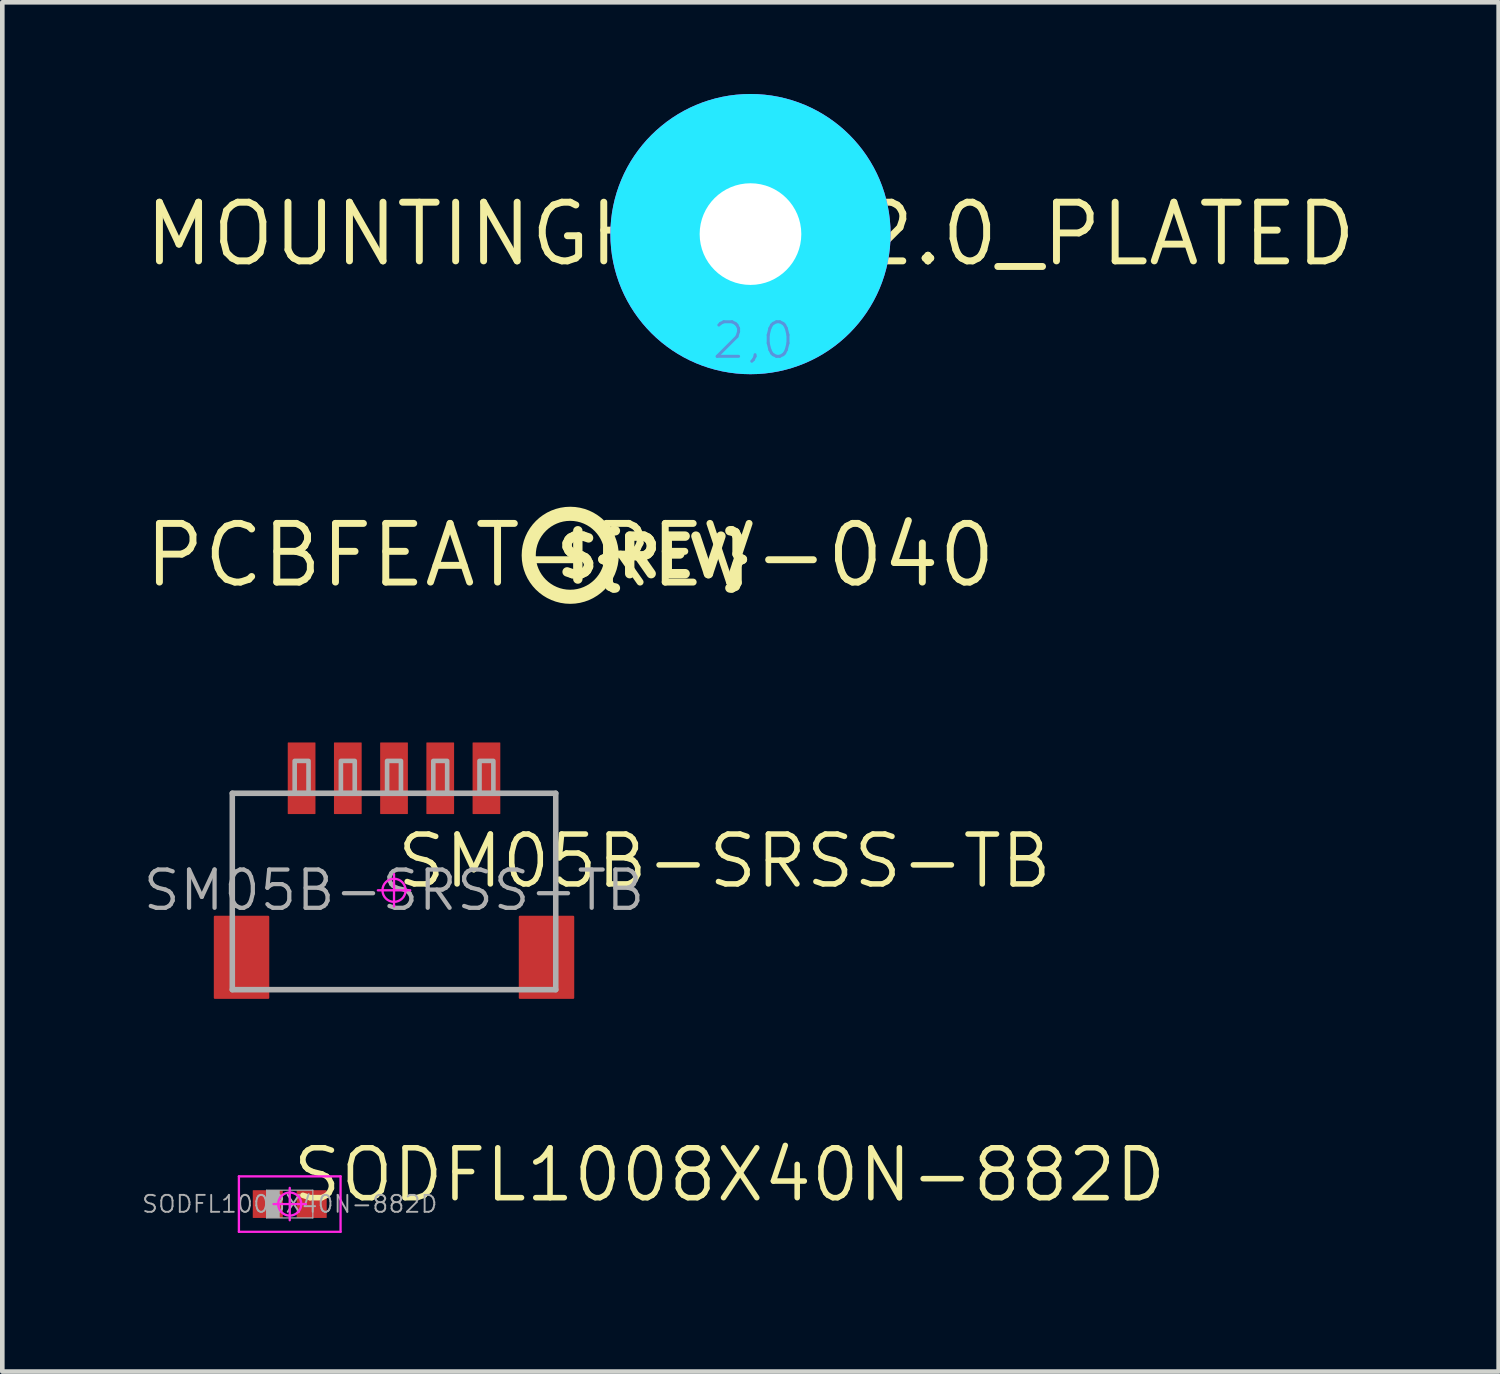
<source format=kicad_pcb>
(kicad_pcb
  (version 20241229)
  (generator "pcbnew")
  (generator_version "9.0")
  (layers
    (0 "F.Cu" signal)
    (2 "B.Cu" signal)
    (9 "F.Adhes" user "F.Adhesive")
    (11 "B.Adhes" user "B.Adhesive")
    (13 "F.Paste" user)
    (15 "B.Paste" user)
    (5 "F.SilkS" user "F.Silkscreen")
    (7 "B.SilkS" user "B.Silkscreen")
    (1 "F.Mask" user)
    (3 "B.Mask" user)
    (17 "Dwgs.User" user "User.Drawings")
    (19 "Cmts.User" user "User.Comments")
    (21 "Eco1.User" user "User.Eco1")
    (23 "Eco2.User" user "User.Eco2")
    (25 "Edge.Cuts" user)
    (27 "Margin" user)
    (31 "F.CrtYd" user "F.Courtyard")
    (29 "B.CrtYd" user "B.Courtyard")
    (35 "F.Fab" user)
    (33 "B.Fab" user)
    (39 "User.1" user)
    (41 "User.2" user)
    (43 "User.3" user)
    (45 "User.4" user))
  (footprint "SM05B-SRSS-TB"
    (layer "F.Cu")
    (at 5.477 16.217)
    (property "Reference" "SM05B-SRSS-TB" (at 0 0 0) (unlocked yes) (layer "F.SilkS") (effects (font (size 1.08 1.08) (thickness 0.12)) (justify left bottom)))
    (fp_line (start -0.35 0) (end 0.35 0) (stroke (width 0.05) (type solid)) (layer "F.CrtYd"))
    (fp_line (start 0 0.35) (end 0 -0.35) (stroke (width 0.05) (type solid)) (layer "F.CrtYd"))
    (fp_circle (center 0 0) (end 0.25 0) (stroke (width 0.05) (type solid)) (fill no) (layer "F.CrtYd"))
    (fp_line (start -3.5 -2.1) (end -3.5 2.15) (stroke (width 0.12) (type solid)) (layer "F.Fab"))
    (fp_line (start -3.5 -2.1) (end 3.5 -2.1) (stroke (width 0.12) (type solid)) (layer "F.Fab"))
    (fp_line (start -3.5 2.15) (end 3.5 2.15) (stroke (width 0.12) (type solid)) (layer "F.Fab"))
    (fp_line (start 3.5 2.15) (end 3.5 -2.1) (stroke (width 0.12) (type solid)) (layer "F.Fab"))
    (fp_poly (pts (xy -2.15 -2.1) (xy -1.85 -2.1) (xy -1.85 -2.8) (xy -2.15 -2.8)) (stroke (width 0.1) (type default)) (fill no) (layer "F.Fab"))
    (fp_poly (pts (xy -1.15 -2.1) (xy -0.85 -2.1) (xy -0.85 -2.8) (xy -1.15 -2.8)) (stroke (width 0.1) (type default)) (fill no) (layer "F.Fab"))
    (fp_poly (pts (xy -0.15 -2.1) (xy 0.15 -2.1) (xy 0.15 -2.8) (xy -0.15 -2.8)) (stroke (width 0.1) (type default)) (fill no) (layer "F.Fab"))
    (fp_poly (pts (xy 0.85 -2.1) (xy 1.15 -2.1) (xy 1.15 -2.8) (xy 0.85 -2.8)) (stroke (width 0.1) (type default)) (fill no) (layer "F.Fab"))
    (fp_poly (pts (xy 1.85 -2.1) (xy 2.15 -2.1) (xy 2.15 -2.8) (xy 1.85 -2.8)) (stroke (width 0.1) (type default)) (fill no) (layer "F.Fab"))
    (fp_text user "${REFERENCE}" (at 0 0 0) (unlocked yes) (layer "F.Fab") (effects (font (size 0.828 0.828) (thickness 0.092))))
    (pad "1" smd roundrect (at -2 -2.425) (size 0.6 1.55) (layers "F.Cu" "F.Mask" "F.Paste") (roundrect_rratio 0.02))
    (pad "2" smd roundrect (at -1 -2.425) (size 0.6 1.55) (layers "F.Cu" "F.Mask" "F.Paste") (roundrect_rratio 0.02))
    (pad "3" smd roundrect (at 0 -2.425) (size 0.6 1.55) (layers "F.Cu" "F.Mask" "F.Paste") (roundrect_rratio 0.02))
    (pad "4" smd roundrect (at 1 -2.425) (size 0.6 1.55) (layers "F.Cu" "F.Mask" "F.Paste") (roundrect_rratio 0.02))
    (pad "5" smd roundrect (at 2 -2.425) (size 0.6 1.55) (layers "F.Cu" "F.Mask" "F.Paste") (roundrect_rratio 0.02))
    (pad "SH1" smd roundrect (at -3.3 1.45) (size 1.2 1.8) (layers "F.Cu" "F.Mask" "F.Paste") (roundrect_rratio 0.02))
    (pad "SH2" smd roundrect (at 3.3 1.45) (size 1.2 1.8) (layers "F.Cu" "F.Mask" "F.Paste") (roundrect_rratio 0.02)))
  (footprint "PCBFEAT-REV-040"
    (layer "F.Cu")
    (at 9.29 8.967)
    (property "Reference" "PCBFEAT-REV-040" (at 0 0 0) (layer "F.SilkS") (effects (font (size 1.27 1.27) (thickness 0.15))))
    (fp_circle (center 0 0) (end 0.898 0) (stroke (width 0.305) (type solid)) (fill no) (layer "F.SilkS"))
    (fp_text user "${REV}" (at -0.356 0.508 0) (unlocked yes) (layer "F.SilkS") (effects (font (size 0.813 0.813) (thickness 0.203)) (justify left bottom))))
  (footprint "SODFL1008X40N-882D"
    (layer "F.Cu")
    (at 3.22 23.007)
    (property "Reference" "SODFL1008X40N-882D" (at 0 0 0) (unlocked yes) (layer "F.SilkS") (effects (font (size 1.08 1.08) (thickness 0.12)) (justify left bottom)))
    (fp_line (start -1.1 -0.6) (end -1.1 0.6) (stroke (width 0.05) (type solid)) (layer "F.CrtYd"))
    (fp_line (start -1.1 0.6) (end 1.1 0.6) (stroke (width 0.05) (type solid)) (layer "F.CrtYd"))
    (fp_line (start -0.35 0) (end 0.35 0) (stroke (width 0.05) (type solid)) (layer "F.CrtYd"))
    (fp_line (start 0 0.35) (end 0 -0.35) (stroke (width 0.05) (type solid)) (layer "F.CrtYd"))
    (fp_line (start 1.1 -0.6) (end -1.1 -0.6) (stroke (width 0.05) (type solid)) (layer "F.CrtYd"))
    (fp_line (start 1.1 0.6) (end 1.1 -0.6) (stroke (width 0.05) (type solid)) (layer "F.CrtYd"))
    (fp_circle (center 0 0) (end 0.25 0) (stroke (width 0.05) (type solid)) (fill no) (layer "F.CrtYd"))
    (fp_line (start -0.5 -0.3) (end -0.5 0.3) (stroke (width 0.025) (type solid)) (layer "F.Fab"))
    (fp_line (start -0.5 0.3) (end 0.5 0.3) (stroke (width 0.025) (type solid)) (layer "F.Fab"))
    (fp_line (start -0.495 -0.295) (end -0.495 0.295) (stroke (width 0.01) (type solid)) (layer "F.Fab"))
    (fp_line (start -0.495 0.295) (end -0.225 0.295) (stroke (width 0.01) (type solid)) (layer "F.Fab"))
    (fp_line (start -0.49 -0.29) (end -0.49 0.29) (stroke (width 0.01) (type solid)) (layer "F.Fab"))
    (fp_line (start -0.49 0.29) (end -0.23 0.29) (stroke (width 0.01) (type solid)) (layer "F.Fab"))
    (fp_line (start -0.48 -0.28) (end -0.48 0.28) (stroke (width 0.025) (type solid)) (layer "F.Fab"))
    (fp_line (start -0.48 0.28) (end -0.24 0.28) (stroke (width 0.025) (type solid)) (layer "F.Fab"))
    (fp_line (start -0.467 -0.268) (end -0.467 0.267) (stroke (width 0.025) (type solid)) (layer "F.Fab"))
    (fp_line (start -0.467 0.267) (end -0.252 0.267) (stroke (width 0.025) (type solid)) (layer "F.Fab"))
    (fp_line (start -0.455 -0.255) (end -0.455 0.255) (stroke (width 0.05) (type solid)) (layer "F.Fab"))
    (fp_line (start -0.455 0.255) (end -0.265 0.255) (stroke (width 0.05) (type solid)) (layer "F.Fab"))
    (fp_line (start -0.43 -0.23) (end -0.43 0.23) (stroke (width 0.1) (type solid)) (layer "F.Fab"))
    (fp_line (start -0.43 0.23) (end -0.29 0.23) (stroke (width 0.1) (type solid)) (layer "F.Fab"))
    (fp_line (start -0.38 -0.18) (end -0.38 0.18) (stroke (width 0.2) (type solid)) (layer "F.Fab"))
    (fp_line (start -0.38 0.18) (end -0.34 0.18) (stroke (width 0.2) (type solid)) (layer "F.Fab"))
    (fp_line (start -0.34 -0.18) (end -0.38 -0.18) (stroke (width 0.2) (type solid)) (layer "F.Fab"))
    (fp_line (start -0.34 0.18) (end -0.34 -0.18) (stroke (width 0.2) (type solid)) (layer "F.Fab"))
    (fp_line (start -0.29 -0.23) (end -0.43 -0.23) (stroke (width 0.1) (type solid)) (layer "F.Fab"))
    (fp_line (start -0.29 0.23) (end -0.29 -0.23) (stroke (width 0.1) (type solid)) (layer "F.Fab"))
    (fp_line (start -0.265 -0.255) (end -0.455 -0.255) (stroke (width 0.05) (type solid)) (layer "F.Fab"))
    (fp_line (start -0.265 0.255) (end -0.265 -0.255) (stroke (width 0.05) (type solid)) (layer "F.Fab"))
    (fp_line (start -0.252 -0.268) (end -0.467 -0.268) (stroke (width 0.025) (type solid)) (layer "F.Fab"))
    (fp_line (start -0.252 0.267) (end -0.252 -0.268) (stroke (width 0.025) (type solid)) (layer "F.Fab"))
    (fp_line (start -0.24 -0.28) (end -0.48 -0.28) (stroke (width 0.025) (type solid)) (layer "F.Fab"))
    (fp_line (start -0.24 0.28) (end -0.24 -0.28) (stroke (width 0.025) (type solid)) (layer "F.Fab"))
    (fp_line (start -0.23 -0.29) (end -0.49 -0.29) (stroke (width 0.01) (type solid)) (layer "F.Fab"))
    (fp_line (start -0.23 0.29) (end -0.23 -0.29) (stroke (width 0.01) (type solid)) (layer "F.Fab"))
    (fp_line (start -0.225 -0.295) (end -0.495 -0.295) (stroke (width 0.01) (type solid)) (layer "F.Fab"))
    (fp_line (start -0.225 0.295) (end -0.225 -0.295) (stroke (width 0.01) (type solid)) (layer "F.Fab"))
    (fp_line (start 0.5 -0.3) (end -0.5 -0.3) (stroke (width 0.025) (type solid)) (layer "F.Fab"))
    (fp_line (start 0.5 0.3) (end 0.5 -0.3) (stroke (width 0.025) (type solid)) (layer "F.Fab"))
    (fp_text user "${REFERENCE}" (at 0 0 0) (unlocked yes) (layer "F.Fab") (effects (font (size 0.366 0.366) (thickness 0.041))))
    (pad "A" smd roundrect (at 0.475 0) (size 0.65 0.6) (layers "F.Cu" "F.Mask" "F.Paste") (roundrect_rratio 0.015))
    (pad "C" smd roundrect (at -0.475 0) (size 0.65 0.6) (layers "F.Cu" "F.Mask" "F.Paste") (roundrect_rratio 0.015)))
  (footprint "MOUNTINGHOLE_2.0_PLATED"
    (layer "F.Cu")
    (at 13.191 2.016)
    (property "Reference" "MOUNTINGHOLE_2.0_PLATED" (at 0 0 0) (layer "F.SilkS") (effects (font (size 1.27 1.27) (thickness 0.15))))
    (fp_circle (center 0 0) (end 1.8 0) (stroke (width 0.203) (type solid)) (fill no) (layer "F.SilkS"))
    (fp_circle (center 0 0) (end 1 0) (stroke (width 2.032) (type solid)) (fill no) (layer "B.CrtYd"))
    (fp_circle (center 0 0) (end 1 0) (stroke (width 2.032) (type solid)) (fill no) (layer "F.CrtYd"))
    (fp_text user "2,0" (at -0.87 2.74 0) (unlocked yes) (layer "Cmts.User") (effects (font (size 0.748 0.748) (thickness 0.065)) (justify left bottom)))
    (pad "P$1" thru_hole circle (at 0 0) (size 3 3) (drill 2.2) (layers "*.Cu" "*.Mask"))
    (zone (net_name "") (layer "F.Cu") (hatch edge 0.5) (connect_pads) (min_thickness 0.25) (filled_areas_thickness no) (keepout (tracks not_allowed) (vias not_allowed) (pads not_allowed) (copperpour not_allowed) (footprints allowed)) (placement (enabled no)) (fill) (polygon (pts (xy 15.207 2.016) (xy 15.187 1.735) (xy 15.129 1.46) (xy 15.033 1.196) (xy 14.901 0.948) (xy 14.735 0.72) (xy 14.54 0.518) (xy 14.318 0.345) (xy 14.075 0.204) (xy 13.814 0.099) (xy 13.541 0.031) (xy 13.261 0.001) (xy 12.98 0.011) (xy 12.703 0.06) (xy 12.436 0.147) (xy 12.183 0.27) (xy 11.95 0.427) (xy 11.741 0.616) (xy 11.56 0.831) (xy 11.411 1.07) (xy 11.297 1.326) (xy 11.219 1.597) (xy 11.18 1.875) (xy 11.18 2.157) (xy 11.219 2.435) (xy 11.297 2.706) (xy 11.411 2.962) (xy 11.56 3.201) (xy 11.741 3.416) (xy 11.95 3.605) (xy 12.183 3.762) (xy 12.436 3.885) (xy 12.703 3.972) (xy 12.98 4.021) (xy 13.261 4.031) (xy 13.541 4.001) (xy 13.814 3.933) (xy 14.075 3.828) (xy 14.318 3.687) (xy 14.54 3.514) (xy 14.735 3.312) (xy 14.901 3.084) (xy 15.033 2.836) (xy 15.129 2.572) (xy 15.187 2.297))) (polygon (pts (xy 13.175 2.016) (xy 13.18 2.027) (xy 13.191 2.032) (xy 13.202 2.027) (xy 13.207 2.016) (xy 13.202 2.005) (xy 13.191 2) (xy 13.18 2.005))))
    (zone (net_name "") (layers "F.Cu" "B.Cu") (hatch edge 0.5) (connect_pads) (min_thickness 0.25) (filled_areas_thickness no) (keepout (tracks allowed) (vias not_allowed) (pads allowed) (copperpour allowed) (footprints allowed)) (placement (enabled no)) (fill) (polygon (pts (xy 15.207 2.016) (xy 15.187 1.735) (xy 15.129 1.46) (xy 15.033 1.196) (xy 14.901 0.948) (xy 14.735 0.72) (xy 14.54 0.518) (xy 14.318 0.345) (xy 14.075 0.204) (xy 13.814 0.099) (xy 13.541 0.031) (xy 13.261 0.001) (xy 12.98 0.011) (xy 12.703 0.06) (xy 12.436 0.147) (xy 12.183 0.27) (xy 11.95 0.427) (xy 11.741 0.616) (xy 11.56 0.831) (xy 11.411 1.07) (xy 11.297 1.326) (xy 11.219 1.597) (xy 11.18 1.875) (xy 11.18 2.157) (xy 11.219 2.435) (xy 11.297 2.706) (xy 11.411 2.962) (xy 11.56 3.201) (xy 11.741 3.416) (xy 11.95 3.605) (xy 12.183 3.762) (xy 12.436 3.885) (xy 12.703 3.972) (xy 12.98 4.021) (xy 13.261 4.031) (xy 13.541 4.001) (xy 13.814 3.933) (xy 14.075 3.828) (xy 14.318 3.687) (xy 14.54 3.514) (xy 14.735 3.312) (xy 14.901 3.084) (xy 15.033 2.836) (xy 15.129 2.572) (xy 15.187 2.297))) (polygon (pts (xy 13.175 2.016) (xy 13.18 2.027) (xy 13.191 2.032) (xy 13.202 2.027) (xy 13.207 2.016) (xy 13.202 2.005) (xy 13.191 2) (xy 13.18 2.005))))
    (zone (net_name "") (layer "B.Cu") (hatch edge 0.5) (connect_pads) (min_thickness 0.25) (filled_areas_thickness no) (keepout (tracks not_allowed) (vias not_allowed) (pads not_allowed) (copperpour not_allowed) (footprints allowed)) (placement (enabled no)) (fill) (polygon (pts (xy 15.207 2.016) (xy 15.187 1.735) (xy 15.129 1.46) (xy 15.033 1.196) (xy 14.901 0.948) (xy 14.735 0.72) (xy 14.54 0.518) (xy 14.318 0.345) (xy 14.075 0.204) (xy 13.814 0.099) (xy 13.541 0.031) (xy 13.261 0.001) (xy 12.98 0.011) (xy 12.703 0.06) (xy 12.436 0.147) (xy 12.183 0.27) (xy 11.95 0.427) (xy 11.741 0.616) (xy 11.56 0.831) (xy 11.411 1.07) (xy 11.297 1.326) (xy 11.219 1.597) (xy 11.18 1.875) (xy 11.18 2.157) (xy 11.219 2.435) (xy 11.297 2.706) (xy 11.411 2.962) (xy 11.56 3.201) (xy 11.741 3.416) (xy 11.95 3.605) (xy 12.183 3.762) (xy 12.436 3.885) (xy 12.703 3.972) (xy 12.98 4.021) (xy 13.261 4.031) (xy 13.541 4.001) (xy 13.814 3.933) (xy 14.075 3.828) (xy 14.318 3.687) (xy 14.54 3.514) (xy 14.735 3.312) (xy 14.901 3.084) (xy 15.033 2.836) (xy 15.129 2.572) (xy 15.187 2.297))) (polygon (pts (xy 13.175 2.016) (xy 13.18 2.027) (xy 13.191 2.032) (xy 13.202 2.027) (xy 13.207 2.016) (xy 13.202 2.005) (xy 13.191 2) (xy 13.18 2.005)))))
  (gr_rect
    (start -3 -3)
    (end 29.382 26.632)
    (stroke (width 0.1) (type default))
    (fill no)
    (layer "Edge.Cuts")))
</source>
